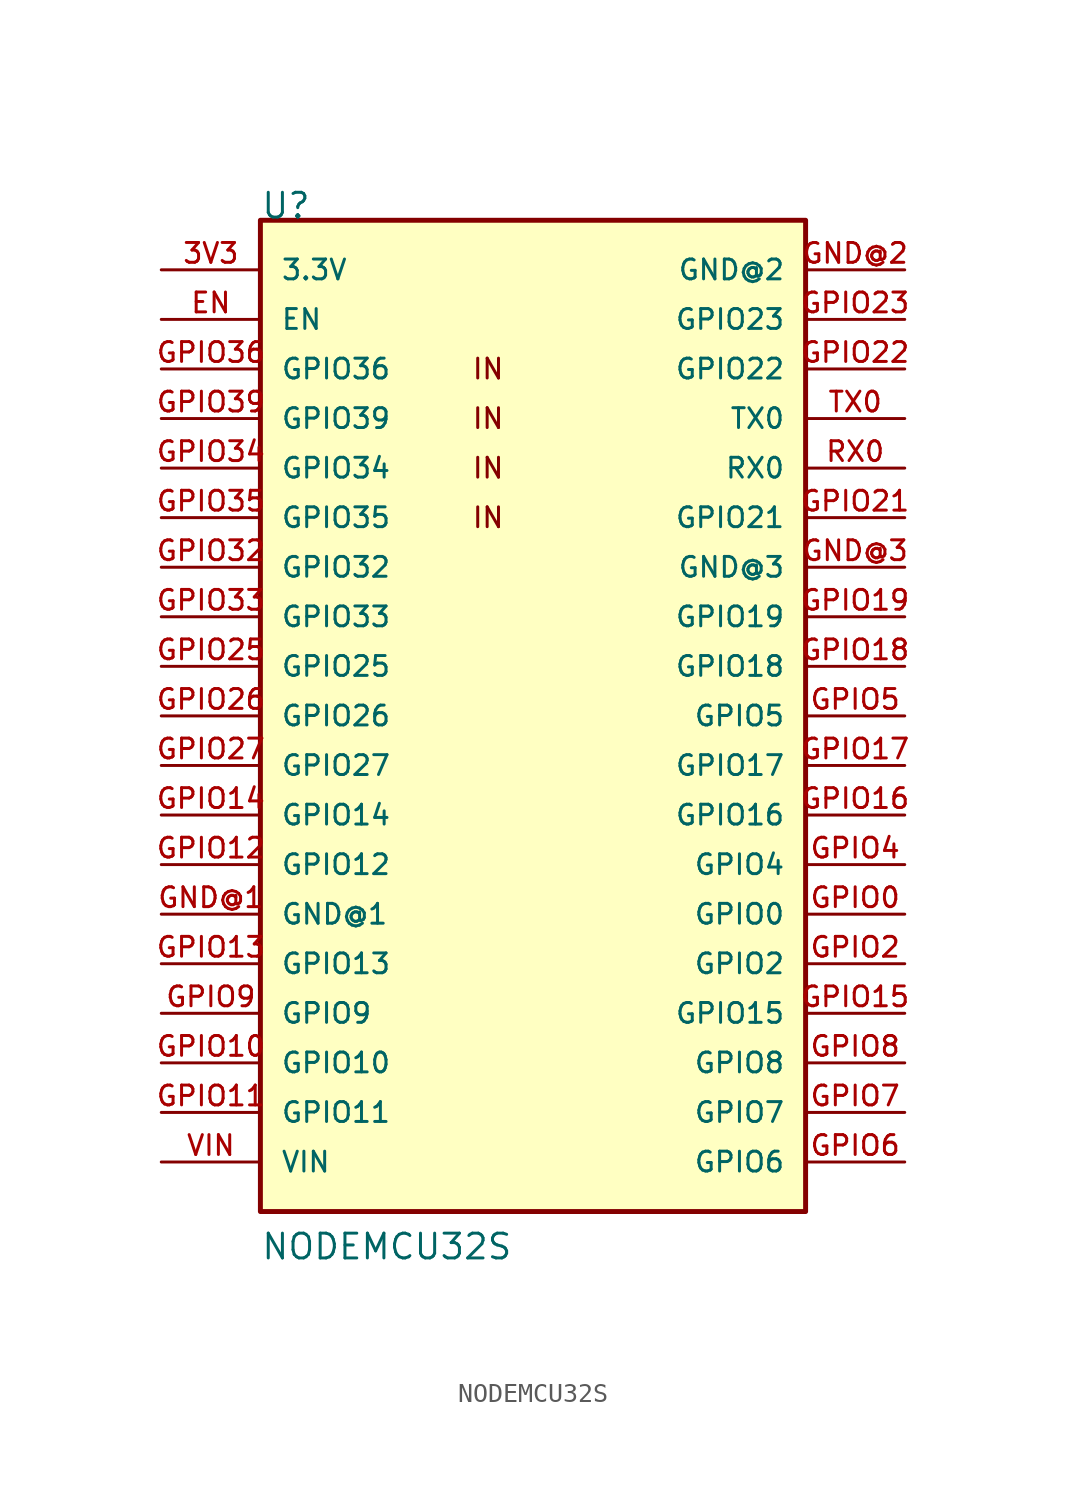
<source format=kicad_sym>
(kicad_symbol_lib
  (version 20211014)
  (generator kicad_symbol_editor)
  (symbol "NODEMCU32S"
    (pin_names
      (offset 1.016))
    (property "Reference" "U"
      (at -12.7 22.86 0)
      (effects (font (size 1.27 1.27)) (justify bottom left)))
    (property "Value" "NODEMCU32S"
      (at -12.7 -30.48 0)
      (effects (font (size 1.27 1.27)) (justify bottom left)))
    (symbol "NODEMCU32S_0_0"
      (text "IN" (at -1.905 15.24 0) (effects (font (size 1.016 1.016)) (justify left)))
      (text "IN" (at -1.905 12.7 0) (effects (font (size 1.016 1.016)) (justify left)))
      (text "IN" (at -1.905 10.16 0) (effects (font (size 1.016 1.016)) (justify left)))
      (text "IN" (at -1.905 7.62 0) (effects (font (size 1.016 1.016)) (justify left)))
      (rectangle (start -12.7 -27.94) (end 15.24 22.86) (stroke (width 0.254)) (fill (type background)))
      (pin bidirectional line (at -17.78 20.32 0) (length 5.08) (name "3.3V" (effects (font (size 1.016 1.016)))) (number "3V3" (effects (font (size 1.016 1.016)))))
      (pin bidirectional line (at -17.78 17.78 0) (length 5.08) (name "EN" (effects (font (size 1.016 1.016)))) (number "EN" (effects (font (size 1.016 1.016)))))
      (pin bidirectional line (at -17.78 -12.7 0) (length 5.08) (name "GND@1" (effects (font (size 1.016 1.016)))) (number "GND@1" (effects (font (size 1.016 1.016)))))
      (pin bidirectional line (at 20.32 20.32 180.0) (length 5.08) (name "GND@2" (effects (font (size 1.016 1.016)))) (number "GND@2" (effects (font (size 1.016 1.016)))))
      (pin bidirectional line (at 20.32 5.08 180.0) (length 5.08) (name "GND@3" (effects (font (size 1.016 1.016)))) (number "GND@3" (effects (font (size 1.016 1.016)))))
      (pin bidirectional line (at 20.32 -12.7 180.0) (length 5.08) (name "GPIO0" (effects (font (size 1.016 1.016)))) (number "GPIO0" (effects (font (size 1.016 1.016)))))
      (pin bidirectional line (at 20.32 -15.24 180.0) (length 5.08) (name "GPIO2" (effects (font (size 1.016 1.016)))) (number "GPIO2" (effects (font (size 1.016 1.016)))))
      (pin bidirectional line (at 20.32 -10.16 180.0) (length 5.08) (name "GPIO4" (effects (font (size 1.016 1.016)))) (number "GPIO4" (effects (font (size 1.016 1.016)))))
      (pin bidirectional line (at 20.32 -2.54 180.0) (length 5.08) (name "GPIO5" (effects (font (size 1.016 1.016)))) (number "GPIO5" (effects (font (size 1.016 1.016)))))
      (pin bidirectional line (at 20.32 -25.4 180.0) (length 5.08) (name "GPIO6" (effects (font (size 1.016 1.016)))) (number "GPIO6" (effects (font (size 1.016 1.016)))))
      (pin bidirectional line (at 20.32 -22.86 180.0) (length 5.08) (name "GPIO7" (effects (font (size 1.016 1.016)))) (number "GPIO7" (effects (font (size 1.016 1.016)))))
      (pin bidirectional line (at 20.32 -20.32 180.0) (length 5.08) (name "GPIO8" (effects (font (size 1.016 1.016)))) (number "GPIO8" (effects (font (size 1.016 1.016)))))
      (pin bidirectional line (at -17.78 -17.78 0) (length 5.08) (name "GPIO9" (effects (font (size 1.016 1.016)))) (number "GPIO9" (effects (font (size 1.016 1.016)))))
      (pin bidirectional line (at -17.78 -20.32 0) (length 5.08) (name "GPIO10" (effects (font (size 1.016 1.016)))) (number "GPIO10" (effects (font (size 1.016 1.016)))))
      (pin bidirectional line (at -17.78 -22.86 0) (length 5.08) (name "GPIO11" (effects (font (size 1.016 1.016)))) (number "GPIO11" (effects (font (size 1.016 1.016)))))
      (pin bidirectional line (at -17.78 -10.16 0) (length 5.08) (name "GPIO12" (effects (font (size 1.016 1.016)))) (number "GPIO12" (effects (font (size 1.016 1.016)))))
      (pin bidirectional line (at -17.78 -15.24 0) (length 5.08) (name "GPIO13" (effects (font (size 1.016 1.016)))) (number "GPIO13" (effects (font (size 1.016 1.016)))))
      (pin bidirectional line (at -17.78 -7.62 0) (length 5.08) (name "GPIO14" (effects (font (size 1.016 1.016)))) (number "GPIO14" (effects (font (size 1.016 1.016)))))
      (pin bidirectional line (at 20.32 -17.78 180.0) (length 5.08) (name "GPIO15" (effects (font (size 1.016 1.016)))) (number "GPIO15" (effects (font (size 1.016 1.016)))))
      (pin bidirectional line (at 20.32 -7.62 180.0) (length 5.08) (name "GPIO16" (effects (font (size 1.016 1.016)))) (number "GPIO16" (effects (font (size 1.016 1.016)))))
      (pin bidirectional line (at 20.32 -5.08 180.0) (length 5.08) (name "GPIO17" (effects (font (size 1.016 1.016)))) (number "GPIO17" (effects (font (size 1.016 1.016)))))
      (pin bidirectional line (at 20.32 0.0 180.0) (length 5.08) (name "GPIO18" (effects (font (size 1.016 1.016)))) (number "GPIO18" (effects (font (size 1.016 1.016)))))
      (pin bidirectional line (at 20.32 2.54 180.0) (length 5.08) (name "GPIO19" (effects (font (size 1.016 1.016)))) (number "GPIO19" (effects (font (size 1.016 1.016)))))
      (pin bidirectional line (at 20.32 7.62 180.0) (length 5.08) (name "GPIO21" (effects (font (size 1.016 1.016)))) (number "GPIO21" (effects (font (size 1.016 1.016)))))
      (pin bidirectional line (at 20.32 15.24 180.0) (length 5.08) (name "GPIO22" (effects (font (size 1.016 1.016)))) (number "GPIO22" (effects (font (size 1.016 1.016)))))
      (pin bidirectional line (at 20.32 17.78 180.0) (length 5.08) (name "GPIO23" (effects (font (size 1.016 1.016)))) (number "GPIO23" (effects (font (size 1.016 1.016)))))
      (pin bidirectional line (at -17.78 0.0 0) (length 5.08) (name "GPIO25" (effects (font (size 1.016 1.016)))) (number "GPIO25" (effects (font (size 1.016 1.016)))))
      (pin bidirectional line (at -17.78 -2.54 0) (length 5.08) (name "GPIO26" (effects (font (size 1.016 1.016)))) (number "GPIO26" (effects (font (size 1.016 1.016)))))
      (pin bidirectional line (at -17.78 -5.08 0) (length 5.08) (name "GPIO27" (effects (font (size 1.016 1.016)))) (number "GPIO27" (effects (font (size 1.016 1.016)))))
      (pin bidirectional line (at -17.78 5.08 0) (length 5.08) (name "GPIO32" (effects (font (size 1.016 1.016)))) (number "GPIO32" (effects (font (size 1.016 1.016)))))
      (pin bidirectional line (at -17.78 2.54 0) (length 5.08) (name "GPIO33" (effects (font (size 1.016 1.016)))) (number "GPIO33" (effects (font (size 1.016 1.016)))))
      (pin input line (at -17.78 10.16 0) (length 5.08) (name "GPIO34" (effects (font (size 1.016 1.016)))) (number "GPIO34" (effects (font (size 1.016 1.016)))))
      (pin input line (at -17.78 7.62 0) (length 5.08) (name "GPIO35" (effects (font (size 1.016 1.016)))) (number "GPIO35" (effects (font (size 1.016 1.016)))))
      (pin input line (at -17.78 15.24 0) (length 5.08) (name "GPIO36" (effects (font (size 1.016 1.016)))) (number "GPIO36" (effects (font (size 1.016 1.016)))))
      (pin input line (at -17.78 12.7 0) (length 5.08) (name "GPIO39" (effects (font (size 1.016 1.016)))) (number "GPIO39" (effects (font (size 1.016 1.016)))))
      (pin bidirectional line (at 20.32 10.16 180.0) (length 5.08) (name "RX0" (effects (font (size 1.016 1.016)))) (number "RX0" (effects (font (size 1.016 1.016)))))
      (pin bidirectional line (at 20.32 12.7 180.0) (length 5.08) (name "TX0" (effects (font (size 1.016 1.016)))) (number "TX0" (effects (font (size 1.016 1.016)))))
      (pin bidirectional line (at -17.78 -25.4 0) (length 5.08) (name "VIN" (effects (font (size 1.016 1.016)))) (number "VIN" (effects (font (size 1.016 1.016))))))))
</source>
